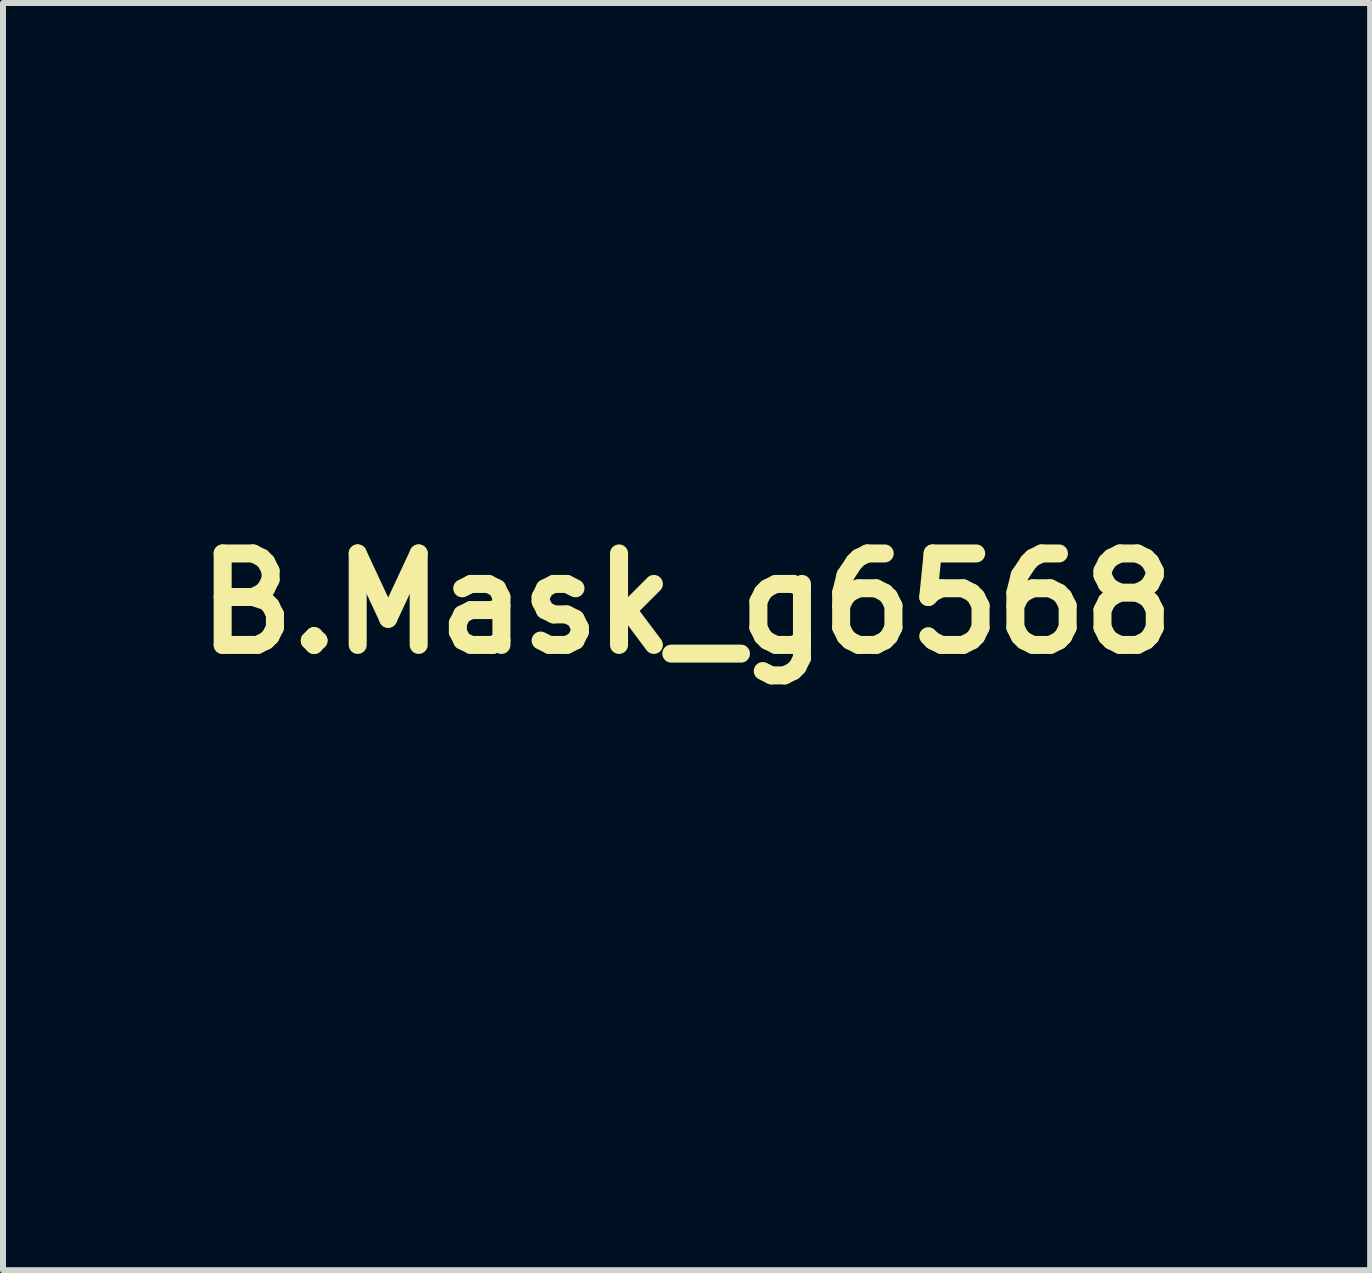
<source format=kicad_pcb>
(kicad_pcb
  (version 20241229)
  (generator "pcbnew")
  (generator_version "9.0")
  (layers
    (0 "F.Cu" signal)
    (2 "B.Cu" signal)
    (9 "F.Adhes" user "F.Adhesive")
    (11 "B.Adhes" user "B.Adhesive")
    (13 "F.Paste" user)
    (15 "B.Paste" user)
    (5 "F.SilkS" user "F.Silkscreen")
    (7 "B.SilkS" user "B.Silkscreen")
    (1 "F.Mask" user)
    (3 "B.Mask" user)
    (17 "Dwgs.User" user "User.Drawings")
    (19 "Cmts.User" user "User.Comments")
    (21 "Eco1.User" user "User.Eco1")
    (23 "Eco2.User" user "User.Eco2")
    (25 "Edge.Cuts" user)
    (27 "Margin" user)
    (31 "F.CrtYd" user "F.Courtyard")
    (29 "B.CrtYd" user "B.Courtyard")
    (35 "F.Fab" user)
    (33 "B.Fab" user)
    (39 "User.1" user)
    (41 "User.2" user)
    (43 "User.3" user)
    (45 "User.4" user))
  (footprint "B.Mask_g6568"
    (layer "F.Cu")
    (at 8.389 7.006)
    (property "Reference" "B.Mask_g6568" (at 0 0 0) (layer "F.SilkS") (effects (font (size 1.524 1.524) (thickness 0.3))))
    (attr through_hole)
    (fp_poly (pts (xy 0.545 -5.575) (xy 0.568 -5.534) (xy 0.567 -5.518) (xy 0.544 -5.479) (xy 0.498 -5.465) (xy 0.442 -5.482) (xy 0.439 -5.483) (xy 0.408 -5.52) (xy 0.407 -5.563) (xy 0.435 -5.595) (xy 0.444 -5.598) (xy 0.499 -5.6) (xy 0.545 -5.575)) (stroke (width 0.01) (type solid)) (fill yes) (layer "B.Mask"))
    (fp_poly (pts (xy 0.503 -5.394) (xy 0.546 -5.376) (xy 0.577 -5.334) (xy 0.598 -5.261) (xy 0.609 -5.154) (xy 0.613 -5.036) (xy 0.61 -4.9) (xy 0.599 -4.803) (xy 0.579 -4.74) (xy 0.548 -4.707) (xy 0.515 -4.699) (xy 0.473 -4.711) (xy 0.442 -4.752) (xy 0.433 -4.772) (xy 0.419 -4.83) (xy 0.409 -4.917) (xy 0.403 -5.021) (xy 0.402 -5.13) (xy 0.406 -5.23) (xy 0.414 -5.309) (xy 0.423 -5.345) (xy 0.449 -5.385) (xy 0.49 -5.395) (xy 0.503 -5.394)) (stroke (width 0.01) (type solid)) (fill yes) (layer "B.Mask"))
    (fp_poly (pts (xy 0.284 -5.396) (xy 0.311 -5.353) (xy 0.327 -5.28) (xy 0.336 -5.174) (xy 0.337 -5.069) (xy 0.333 -4.92) (xy 0.32 -4.81) (xy 0.299 -4.736) (xy 0.269 -4.694) (xy 0.24 -4.682) (xy 0.188 -4.692) (xy 0.152 -4.741) (xy 0.132 -4.829) (xy 0.127 -4.925) (xy 0.121 -5.04) (xy 0.104 -5.124) (xy 0.076 -5.174) (xy 0.048 -5.186) (xy 0.036 -5.179) (xy 0.028 -5.154) (xy 0.027 -5.105) (xy 0.029 -5.024) (xy 0.034 -4.953) (xy 0.039 -4.84) (xy 0.039 -4.763) (xy 0.033 -4.714) (xy 0.022 -4.689) (xy -0.02 -4.659) (xy -0.062 -4.671) (xy -0.106 -4.725) (xy -0.144 -4.811) (xy -0.172 -4.917) (xy -0.187 -5.031) (xy -0.19 -5.144) (xy -0.18 -5.244) (xy -0.157 -5.323) (xy -0.134 -5.357) (xy -0.078 -5.389) (xy -0.006 -5.402) (xy 0.062 -5.393) (xy 0.096 -5.376) (xy 0.127 -5.361) (xy 0.161 -5.379) (xy 0.168 -5.386) (xy 0.213 -5.411) (xy 0.247 -5.415) (xy 0.284 -5.396)) (stroke (width 0.01) (type solid)) (fill yes) (layer "B.Mask"))
    (fp_poly (pts (xy -0.329 -5.39) (xy -0.29 -5.355) (xy -0.26 -5.287) (xy -0.241 -5.197) (xy -0.233 -5.095) (xy -0.238 -4.991) (xy -0.255 -4.906) (xy -0.296 -4.824) (xy -0.36 -4.769) (xy -0.437 -4.743) (xy -0.519 -4.751) (xy -0.57 -4.777) (xy -0.62 -4.812) (xy -0.608 -4.723) (xy -0.592 -4.652) (xy -0.568 -4.591) (xy -0.562 -4.581) (xy -0.537 -4.55) (xy -0.506 -4.537) (xy -0.456 -4.538) (xy -0.425 -4.542) (xy -0.35 -4.546) (xy -0.31 -4.531) (xy -0.299 -4.493) (xy -0.305 -4.457) (xy -0.338 -4.409) (xy -0.402 -4.373) (xy -0.483 -4.347) (xy -0.546 -4.343) (xy -0.603 -4.359) (xy -0.683 -4.415) (xy -0.745 -4.509) (xy -0.789 -4.641) (xy -0.815 -4.809) (xy -0.819 -4.858) (xy -0.822 -5.015) (xy -0.81 -5.149) (xy -0.786 -5.255) (xy -0.75 -5.331) (xy -0.703 -5.371) (xy -0.675 -5.376) (xy -0.631 -5.357) (xy -0.604 -5.299) (xy -0.593 -5.202) (xy -0.593 -5.181) (xy -0.584 -5.085) (xy -0.558 -5.023) (xy -0.517 -4.998) (xy -0.496 -4.999) (xy -0.475 -5.008) (xy -0.46 -5.034) (xy -0.45 -5.084) (xy -0.442 -5.167) (xy -0.442 -5.172) (xy -0.426 -5.285) (xy -0.402 -5.358) (xy -0.368 -5.392) (xy -0.329 -5.39)) (stroke (width 0.01) (type solid)) (fill yes) (layer "B.Mask"))
    (fp_poly (pts (xy -1.868 -5.591) (xy -1.766 -5.574) (xy -1.698 -5.557) (xy -1.657 -5.53) (xy -1.637 -5.487) (xy -1.631 -5.419) (xy -1.63 -5.328) (xy -1.632 -5.239) (xy -1.637 -5.166) (xy -1.643 -5.118) (xy -1.647 -5.108) (xy -1.693 -5.071) (xy -1.764 -5.056) (xy -1.845 -5.065) (xy -1.904 -5.075) (xy -1.949 -5.075) (xy -1.954 -5.074) (xy -1.987 -5.041) (xy -1.997 -4.986) (xy -1.987 -4.936) (xy -1.954 -4.901) (xy -1.898 -4.889) (xy -1.831 -4.902) (xy -1.789 -4.923) (xy -1.725 -4.95) (xy -1.672 -4.944) (xy -1.639 -4.907) (xy -1.634 -4.882) (xy -1.644 -4.812) (xy -1.689 -4.754) (xy -1.758 -4.71) (xy -1.844 -4.685) (xy -1.939 -4.682) (xy -2.035 -4.704) (xy -2.047 -4.709) (xy -2.124 -4.765) (xy -2.177 -4.849) (xy -2.2 -4.954) (xy -2.201 -4.978) (xy -2.188 -5.092) (xy -2.148 -5.174) (xy -2.079 -5.225) (xy -1.979 -5.248) (xy -1.938 -5.249) (xy -1.879 -5.251) (xy -1.851 -5.261) (xy -1.842 -5.289) (xy -1.841 -5.322) (xy -1.843 -5.363) (xy -1.856 -5.387) (xy -1.889 -5.399) (xy -1.953 -5.408) (xy -1.959 -5.409) (xy -2.06 -5.431) (xy -2.125 -5.464) (xy -2.153 -5.509) (xy -2.15 -5.542) (xy -2.123 -5.581) (xy -2.07 -5.601) (xy -1.986 -5.605) (xy -1.868 -5.591)) (stroke (width 0.01) (type solid)) (fill yes) (layer "B.Mask"))
    (fp_poly (pts (xy 1.998 -5.576) (xy 2.064 -5.51) (xy 2.122 -5.41) (xy 2.172 -5.278) (xy 2.211 -5.116) (xy 2.226 -5.029) (xy 2.239 -4.893) (xy 2.234 -4.795) (xy 2.211 -4.733) (xy 2.169 -4.704) (xy 2.162 -4.703) (xy 2.102 -4.713) (xy 2.053 -4.759) (xy 2.022 -4.833) (xy 2.018 -4.851) (xy 2.001 -4.911) (xy 1.973 -4.932) (xy 1.971 -4.932) (xy 1.922 -4.938) (xy 1.892 -4.944) (xy 1.865 -4.947) (xy 1.85 -4.931) (xy 1.841 -4.887) (xy 1.837 -4.85) (xy 1.826 -4.781) (xy 1.809 -4.727) (xy 1.8 -4.71) (xy 1.752 -4.682) (xy 1.695 -4.683) (xy 1.648 -4.713) (xy 1.632 -4.757) (xy 1.623 -4.833) (xy 1.622 -4.932) (xy 1.627 -5.044) (xy 1.639 -5.16) (xy 1.643 -5.181) (xy 1.863 -5.181) (xy 1.869 -5.153) (xy 1.891 -5.144) (xy 1.916 -5.144) (xy 1.952 -5.146) (xy 1.967 -5.163) (xy 1.966 -5.204) (xy 1.962 -5.231) (xy 1.947 -5.298) (xy 1.925 -5.342) (xy 1.902 -5.355) (xy 1.892 -5.35) (xy 1.882 -5.322) (xy 1.872 -5.268) (xy 1.868 -5.24) (xy 1.863 -5.181) (xy 1.643 -5.181) (xy 1.658 -5.27) (xy 1.67 -5.323) (xy 1.7 -5.423) (xy 1.731 -5.492) (xy 1.767 -5.541) (xy 1.778 -5.551) (xy 1.854 -5.599) (xy 1.928 -5.607) (xy 1.998 -5.576)) (stroke (width 0.01) (type solid)) (fill yes) (layer "B.Mask"))
    (fp_poly (pts (xy 0.158 6.734) (xy 0.198 6.755) (xy 0.254 6.796) (xy 0.316 6.848) (xy 0.375 6.904) (xy 0.421 6.953) (xy 0.444 6.989) (xy 0.445 6.995) (xy 0.458 7.023) (xy 0.49 7.069) (xy 0.506 7.09) (xy 0.567 7.163) (xy 0.59 7.079) (xy 0.605 7.017) (xy 0.613 6.967) (xy 0.614 6.96) (xy 0.634 6.881) (xy 0.694 6.814) (xy 0.766 6.771) (xy 0.827 6.744) (xy 0.862 6.733) (xy 0.883 6.74) (xy 0.903 6.763) (xy 0.903 6.763) (xy 0.922 6.806) (xy 0.925 6.871) (xy 0.921 6.921) (xy 0.897 7.098) (xy 0.867 7.237) (xy 0.831 7.346) (xy 0.81 7.39) (xy 0.758 7.488) (xy 0.855 7.677) (xy 0.913 7.799) (xy 0.943 7.893) (xy 0.947 7.964) (xy 0.924 8.018) (xy 0.874 8.058) (xy 0.835 8.077) (xy 0.783 8.098) (xy 0.754 8.103) (xy 0.732 8.089) (xy 0.705 8.059) (xy 0.675 8.019) (xy 0.634 7.953) (xy 0.589 7.873) (xy 0.572 7.842) (xy 0.526 7.757) (xy 0.469 7.657) (xy 0.408 7.552) (xy 0.346 7.449) (xy 0.289 7.355) (xy 0.24 7.279) (xy 0.206 7.229) (xy 0.197 7.218) (xy 0.17 7.187) (xy 0.123 7.136) (xy 0.067 7.075) (xy 0.064 7.071) (xy 0.012 7.012) (xy -0.027 6.964) (xy -0.044 6.935) (xy -0.045 6.933) (xy -0.041 6.879) (xy -0.012 6.826) (xy 0.029 6.783) (xy 0.077 6.742) (xy 0.116 6.728) (xy 0.158 6.734)) (stroke (width 0.01) (type solid)) (fill yes) (layer "B.Mask"))
    (fp_poly (pts (xy -1.16 -5.585) (xy -1.065 -5.552) (xy -0.984 -5.5) (xy -0.983 -5.499) (xy -0.935 -5.45) (xy -0.914 -5.402) (xy -0.91 -5.345) (xy -0.919 -5.271) (xy -0.95 -5.216) (xy -0.966 -5.2) (xy -1.021 -5.144) (xy -0.945 -5.059) (xy -0.896 -4.997) (xy -0.873 -4.943) (xy -0.868 -4.888) (xy -0.877 -4.8) (xy -0.909 -4.738) (xy -0.973 -4.689) (xy -0.995 -4.678) (xy -1.1 -4.644) (xy -1.221 -4.638) (xy -1.339 -4.657) (xy -1.388 -4.676) (xy -1.482 -4.737) (xy -1.543 -4.816) (xy -1.569 -4.906) (xy -1.568 -4.918) (xy -1.349 -4.918) (xy -1.321 -4.867) (xy -1.268 -4.835) (xy -1.197 -4.827) (xy -1.129 -4.845) (xy -1.111 -4.856) (xy -1.084 -4.882) (xy -1.086 -4.913) (xy -1.098 -4.938) (xy -1.139 -4.989) (xy -1.179 -5.019) (xy -1.224 -5.035) (xy -1.267 -5.026) (xy -1.287 -5.015) (xy -1.339 -4.97) (xy -1.349 -4.918) (xy -1.568 -4.918) (xy -1.56 -4.999) (xy -1.514 -5.087) (xy -1.468 -5.135) (xy -1.415 -5.179) (xy -1.47 -5.26) (xy -1.515 -5.353) (xy -1.518 -5.386) (xy -1.305 -5.386) (xy -1.304 -5.344) (xy -1.273 -5.313) (xy -1.227 -5.296) (xy -1.178 -5.3) (xy -1.142 -5.324) (xy -1.128 -5.361) (xy -1.154 -5.389) (xy -1.22 -5.41) (xy -1.223 -5.41) (xy -1.274 -5.415) (xy -1.299 -5.398) (xy -1.305 -5.386) (xy -1.518 -5.386) (xy -1.522 -5.437) (xy -1.495 -5.507) (xy -1.437 -5.559) (xy -1.351 -5.591) (xy -1.243 -5.597) (xy -1.16 -5.585)) (stroke (width 0.01) (type solid)) (fill yes) (layer "B.Mask"))
    (fp_poly (pts (xy 1.388 -5.598) (xy 1.419 -5.559) (xy 1.43 -5.536) (xy 1.45 -5.475) (xy 1.46 -5.424) (xy 1.46 -5.419) (xy 1.475 -5.383) (xy 1.498 -5.376) (xy 1.556 -5.363) (xy 1.598 -5.332) (xy 1.621 -5.29) (xy 1.62 -5.25) (xy 1.593 -5.22) (xy 1.561 -5.211) (xy 1.503 -5.204) (xy 1.503 -5.006) (xy 1.5 -4.912) (xy 1.494 -4.829) (xy 1.484 -4.771) (xy 1.479 -4.755) (xy 1.43 -4.697) (xy 1.347 -4.664) (xy 1.262 -4.657) (xy 1.174 -4.667) (xy 1.122 -4.698) (xy 1.103 -4.752) (xy 1.104 -4.774) (xy 1.114 -4.815) (xy 1.139 -4.836) (xy 1.194 -4.847) (xy 1.196 -4.847) (xy 1.281 -4.858) (xy 1.287 -4.984) (xy 1.288 -5.092) (xy 1.276 -5.164) (xy 1.246 -5.205) (xy 1.195 -5.22) (xy 1.118 -5.215) (xy 1.11 -5.213) (xy 1.037 -5.201) (xy 1.037 -5.004) (xy 1.034 -4.882) (xy 1.022 -4.794) (xy 1 -4.734) (xy 0.966 -4.696) (xy 0.939 -4.68) (xy 0.873 -4.663) (xy 0.794 -4.658) (xy 0.72 -4.665) (xy 0.669 -4.684) (xy 0.64 -4.731) (xy 0.638 -4.774) (xy 0.648 -4.815) (xy 0.674 -4.836) (xy 0.728 -4.847) (xy 0.73 -4.847) (xy 0.815 -4.858) (xy 0.815 -5.193) (xy 0.742 -5.217) (xy 0.673 -5.252) (xy 0.642 -5.295) (xy 0.649 -5.337) (xy 0.693 -5.372) (xy 0.739 -5.386) (xy 0.78 -5.402) (xy 0.79 -5.434) (xy 0.788 -5.459) (xy 0.791 -5.531) (xy 0.82 -5.584) (xy 0.867 -5.609) (xy 0.877 -5.609) (xy 0.932 -5.594) (xy 0.969 -5.546) (xy 0.989 -5.464) (xy 1.001 -5.408) (xy 1.024 -5.38) (xy 1.06 -5.369) (xy 1.124 -5.367) (xy 1.184 -5.379) (xy 1.231 -5.404) (xy 1.248 -5.442) (xy 1.249 -5.464) (xy 1.261 -5.545) (xy 1.297 -5.594) (xy 1.346 -5.609) (xy 1.388 -5.598)) (stroke (width 0.01) (type solid)) (fill yes) (layer "B.Mask"))
    (fp_poly (pts (xy -0.792 6.75) (xy -0.769 6.804) (xy -0.743 6.883) (xy -0.716 6.98) (xy -0.692 7.088) (xy -0.687 7.112) (xy -0.651 7.272) (xy -0.608 7.395) (xy -0.556 7.489) (xy -0.535 7.516) (xy -0.496 7.556) (xy -0.472 7.562) (xy -0.463 7.553) (xy -0.452 7.516) (xy -0.446 7.456) (xy -0.444 7.384) (xy -0.447 7.313) (xy -0.453 7.255) (xy -0.464 7.222) (xy -0.469 7.218) (xy -0.484 7.21) (xy -0.481 7.205) (xy -0.479 7.179) (xy -0.489 7.128) (xy -0.496 7.104) (xy -0.51 7.009) (xy -0.488 6.929) (xy -0.442 6.866) (xy -0.404 6.835) (xy -0.351 6.802) (xy -0.295 6.773) (xy -0.248 6.755) (xy -0.224 6.754) (xy -0.213 6.775) (xy -0.187 6.828) (xy -0.147 6.909) (xy -0.097 7.013) (xy -0.039 7.132) (xy 0.002 7.218) (xy 0.074 7.371) (xy 0.133 7.502) (xy 0.177 7.608) (xy 0.205 7.684) (xy 0.216 7.726) (xy 0.216 7.729) (xy 0.201 7.802) (xy 0.17 7.881) (xy 0.13 7.953) (xy 0.087 8.01) (xy 0.047 8.04) (xy 0.033 8.042) (xy -0.000454 8.032) (xy -0.045 8.011) (xy -0.096 7.961) (xy -0.115 7.907) (xy -0.134 7.842) (xy -0.167 7.767) (xy -0.179 7.745) (xy -0.229 7.657) (xy -0.266 7.728) (xy -0.332 7.834) (xy -0.408 7.919) (xy -0.488 7.977) (xy -0.565 8.001) (xy -0.574 8.001) (xy -0.627 7.984) (xy -0.693 7.94) (xy -0.761 7.875) (xy -0.823 7.799) (xy -0.837 7.779) (xy -0.881 7.694) (xy -0.919 7.593) (xy -0.945 7.494) (xy -0.952 7.429) (xy -0.967 7.303) (xy -1.002 7.167) (xy -1.038 7.075) (xy -1.063 7.015) (xy -1.068 6.976) (xy -1.056 6.937) (xy -1.05 6.926) (xy -1.02 6.887) (xy -0.97 6.838) (xy -0.911 6.79) (xy -0.856 6.751) (xy -0.816 6.732) (xy -0.81 6.731) (xy -0.792 6.75)) (stroke (width 0.01) (type solid)) (fill yes) (layer "B.Mask"))
    (fp_poly (pts (xy 1.711 -6.999) (xy 1.965 -6.967) (xy 2.19 -6.905) (xy 2.388 -6.812) (xy 2.558 -6.688) (xy 2.597 -6.651) (xy 2.733 -6.492) (xy 2.836 -6.317) (xy 2.905 -6.121) (xy 2.943 -5.903) (xy 2.949 -5.658) (xy 2.941 -5.524) (xy 2.898 -5.267) (xy 2.815 -5.004) (xy 2.694 -4.741) (xy 2.537 -4.478) (xy 2.345 -4.221) (xy 2.12 -3.97) (xy 1.864 -3.729) (xy 1.767 -3.647) (xy 1.641 -3.551) (xy 1.49 -3.445) (xy 1.326 -3.338) (xy 1.162 -3.238) (xy 1.01 -3.153) (xy 0.945 -3.119) (xy 0.828 -3.064) (xy 0.745 -3.027) (xy 0.692 -3.01) (xy 0.664 -3.01) (xy 0.66 -3.026) (xy 0.661 -3.031) (xy 0.68 -3.052) (xy 0.728 -3.092) (xy 0.798 -3.147) (xy 0.885 -3.213) (xy 0.947 -3.259) (xy 1.269 -3.507) (xy 1.55 -3.754) (xy 1.791 -4) (xy 1.994 -4.247) (xy 2.16 -4.496) (xy 2.289 -4.749) (xy 2.354 -4.913) (xy 2.384 -5.003) (xy 2.404 -5.076) (xy 2.415 -5.146) (xy 2.421 -5.226) (xy 2.422 -5.331) (xy 2.422 -5.366) (xy 2.42 -5.481) (xy 2.416 -5.566) (xy 2.406 -5.633) (xy 2.389 -5.695) (xy 2.364 -5.764) (xy 2.364 -5.765) (xy 2.261 -5.971) (xy 2.125 -6.154) (xy 1.958 -6.31) (xy 1.766 -6.434) (xy 1.725 -6.455) (xy 1.532 -6.533) (xy 1.347 -6.574) (xy 1.159 -6.581) (xy 0.956 -6.554) (xy 0.942 -6.551) (xy 0.724 -6.484) (xy 0.508 -6.377) (xy 0.297 -6.231) (xy 0.094 -6.048) (xy 0.027 -5.977) (xy -0.039 -5.907) (xy -0.096 -5.849) (xy -0.136 -5.812) (xy -0.153 -5.8) (xy -0.166 -5.815) (xy -0.155 -5.857) (xy -0.124 -5.92) (xy -0.075 -5.999) (xy -0.012 -6.089) (xy 0.061 -6.185) (xy 0.141 -6.281) (xy 0.211 -6.358) (xy 0.435 -6.567) (xy 0.667 -6.736) (xy 0.908 -6.863) (xy 1.159 -6.949) (xy 1.419 -6.995) (xy 1.691 -7.001) (xy 1.711 -6.999)) (stroke (width 0.01) (type solid)) (fill yes) (layer "B.Mask"))
    (fp_poly (pts (xy -4.293 6.844) (xy -4.208 6.925) (xy -4.131 6.963) (xy -4.099 6.973) (xy -4.072 6.986) (xy -4.047 7.009) (xy -4.02 7.045) (xy -3.989 7.1) (xy -3.949 7.179) (xy -3.898 7.288) (xy -3.842 7.408) (xy -3.775 7.553) (xy -3.725 7.664) (xy -3.69 7.747) (xy -3.668 7.808) (xy -3.656 7.852) (xy -3.654 7.883) (xy -3.66 7.907) (xy -3.668 7.923) (xy -3.715 7.995) (xy -3.76 8.033) (xy -3.808 8.043) (xy -3.883 8.023) (xy -3.941 7.965) (xy -3.979 7.876) (xy -4.003 7.805) (xy -4.03 7.744) (xy -4.038 7.73) (xy -4.072 7.678) (xy -4.111 7.726) (xy -4.137 7.752) (xy -4.168 7.765) (xy -4.218 7.767) (xy -4.281 7.763) (xy -4.357 7.754) (xy -4.42 7.744) (xy -4.45 7.736) (xy -4.48 7.734) (xy -4.487 7.764) (xy -4.468 7.804) (xy -4.42 7.83) (xy -4.353 7.853) (xy -4.399 7.902) (xy -4.432 7.946) (xy -4.445 7.983) (xy -4.461 8.01) (xy -4.499 8.04) (xy -4.539 8.061) (xy -4.557 8.064) (xy -4.577 8.056) (xy -4.621 8.037) (xy -4.626 8.035) (xy -4.682 8) (xy -4.739 7.948) (xy -4.749 7.937) (xy -4.785 7.887) (xy -4.8 7.837) (xy -4.801 7.768) (xy -4.801 7.76) (xy -4.799 7.693) (xy -4.811 7.65) (xy -4.842 7.61) (xy -4.874 7.581) (xy -4.919 7.537) (xy -4.948 7.505) (xy -4.953 7.496) (xy -4.935 7.473) (xy -4.893 7.443) (xy -4.873 7.431) (xy -4.395 7.431) (xy -4.382 7.451) (xy -4.378 7.453) (xy -4.342 7.465) (xy -4.29 7.47) (xy -4.238 7.47) (xy -4.2 7.464) (xy -4.192 7.456) (xy -4.203 7.432) (xy -4.234 7.385) (xy -4.27 7.334) (xy -4.348 7.228) (xy -4.377 7.332) (xy -4.393 7.396) (xy -4.395 7.431) (xy -4.873 7.431) (xy -4.84 7.412) (xy -4.79 7.39) (xy -4.759 7.384) (xy -4.736 7.378) (xy -4.715 7.351) (xy -4.695 7.296) (xy -4.675 7.211) (xy -4.652 7.089) (xy -4.645 7.048) (xy -4.629 6.961) (xy -4.615 6.889) (xy -4.605 6.844) (xy -4.601 6.833) (xy -4.578 6.819) (xy -4.527 6.798) (xy -4.484 6.783) (xy -4.376 6.747) (xy -4.293 6.844)) (stroke (width 0.01) (type solid)) (fill yes) (layer "B.Mask"))
    (fp_poly (pts (xy 1.201 6.758) (xy 1.287 6.769) (xy 1.31 6.772) (xy 1.442 6.792) (xy 1.576 6.818) (xy 1.704 6.847) (xy 1.817 6.879) (xy 1.907 6.909) (xy 1.964 6.937) (xy 1.968 6.94) (xy 2.002 6.975) (xy 2.014 7.021) (xy 2.007 7.087) (xy 1.979 7.182) (xy 1.976 7.191) (xy 1.963 7.234) (xy 1.959 7.269) (xy 1.966 7.308) (xy 1.987 7.36) (xy 2.025 7.437) (xy 2.034 7.455) (xy 2.076 7.54) (xy 2.101 7.602) (xy 2.113 7.654) (xy 2.114 7.708) (xy 2.111 7.762) (xy 2.09 7.885) (xy 2.049 7.97) (xy 1.988 8.019) (xy 1.983 8.02) (xy 1.935 8.034) (xy 1.87 8.046) (xy 1.803 8.056) (xy 1.746 8.06) (xy 1.716 8.058) (xy 1.714 8.057) (xy 1.69 8.051) (xy 1.634 8.044) (xy 1.558 8.037) (xy 1.545 8.036) (xy 1.403 8.019) (xy 1.28 7.988) (xy 1.183 7.947) (xy 1.121 7.898) (xy 1.116 7.892) (xy 1.088 7.834) (xy 1.098 7.779) (xy 1.148 7.723) (xy 1.164 7.71) (xy 1.194 7.687) (xy 1.222 7.675) (xy 1.258 7.672) (xy 1.313 7.678) (xy 1.398 7.692) (xy 1.409 7.694) (xy 1.533 7.712) (xy 1.64 7.723) (xy 1.724 7.725) (xy 1.779 7.718) (xy 1.799 7.703) (xy 1.799 7.703) (xy 1.789 7.67) (xy 1.765 7.621) (xy 1.763 7.618) (xy 1.742 7.587) (xy 1.718 7.568) (xy 1.68 7.559) (xy 1.616 7.556) (xy 1.567 7.556) (xy 1.416 7.543) (xy 1.296 7.505) (xy 1.207 7.443) (xy 1.201 7.436) (xy 1.18 7.395) (xy 1.177 7.353) (xy 1.193 7.326) (xy 1.204 7.324) (xy 1.227 7.311) (xy 1.266 7.278) (xy 1.277 7.269) (xy 1.311 7.24) (xy 1.345 7.225) (xy 1.39 7.221) (xy 1.461 7.226) (xy 1.48 7.228) (xy 1.568 7.234) (xy 1.62 7.23) (xy 1.641 7.217) (xy 1.641 7.187) (xy 1.607 7.165) (xy 1.546 7.155) (xy 1.539 7.155) (xy 1.474 7.144) (xy 1.422 7.125) (xy 1.365 7.103) (xy 1.291 7.084) (xy 1.27 7.08) (xy 1.165 7.057) (xy 1.077 7.024) (xy 1.016 6.987) (xy 0.994 6.963) (xy 0.978 6.914) (xy 0.975 6.868) (xy 0.987 6.84) (xy 0.995 6.837) (xy 1.024 6.823) (xy 1.062 6.791) (xy 1.085 6.77) (xy 1.109 6.759) (xy 1.145 6.755) (xy 1.201 6.758)) (stroke (width 0.01) (type solid)) (fill yes) (layer "B.Mask"))
    (fp_poly (pts (xy -1.746 -6.883) (xy -1.505 -6.832) (xy -1.269 -6.746) (xy -1.042 -6.626) (xy -0.828 -6.474) (xy -0.631 -6.293) (xy -0.468 -6.099) (xy -0.408 -6.013) (xy -0.347 -5.917) (xy -0.29 -5.82) (xy -0.242 -5.731) (xy -0.207 -5.659) (xy -0.191 -5.61) (xy -0.191 -5.604) (xy -0.196 -5.575) (xy -0.214 -5.572) (xy -0.249 -5.599) (xy -0.302 -5.657) (xy -0.357 -5.722) (xy -0.554 -5.938) (xy -0.764 -6.12) (xy -0.983 -6.266) (xy -1.209 -6.375) (xy -1.438 -6.446) (xy -1.669 -6.476) (xy -1.721 -6.477) (xy -1.927 -6.459) (xy -2.113 -6.406) (xy -2.276 -6.319) (xy -2.414 -6.198) (xy -2.494 -6.096) (xy -2.581 -5.95) (xy -2.637 -5.815) (xy -2.668 -5.676) (xy -2.676 -5.545) (xy -2.675 -5.451) (xy -2.669 -5.383) (xy -2.652 -5.321) (xy -2.621 -5.25) (xy -2.598 -5.204) (xy -2.536 -5.094) (xy -2.454 -4.984) (xy -2.352 -4.873) (xy -2.227 -4.758) (xy -2.077 -4.638) (xy -1.899 -4.511) (xy -1.692 -4.377) (xy -1.453 -4.232) (xy -1.18 -4.075) (xy -0.87 -3.906) (xy -0.73 -3.831) (xy -0.591 -3.756) (xy -0.457 -3.684) (xy -0.335 -3.618) (xy -0.232 -3.561) (xy -0.154 -3.518) (xy -0.116 -3.497) (xy 0.115 -3.351) (xy 0.332 -3.198) (xy 0.529 -3.04) (xy 0.702 -2.883) (xy 0.845 -2.731) (xy 0.953 -2.589) (xy 1.046 -2.417) (xy 1.102 -2.245) (xy 1.12 -2.078) (xy 1.102 -1.92) (xy 1.05 -1.775) (xy 0.962 -1.646) (xy 0.841 -1.537) (xy 0.725 -1.469) (xy 0.657 -1.443) (xy 0.579 -1.421) (xy 0.5 -1.406) (xy 0.43 -1.397) (xy 0.38 -1.398) (xy 0.36 -1.409) (xy 0.36 -1.41) (xy 0.378 -1.426) (xy 0.427 -1.451) (xy 0.496 -1.481) (xy 0.513 -1.487) (xy 0.66 -1.554) (xy 0.77 -1.633) (xy 0.847 -1.729) (xy 0.866 -1.763) (xy 0.904 -1.889) (xy 0.908 -2.03) (xy 0.881 -2.182) (xy 0.824 -2.338) (xy 0.74 -2.492) (xy 0.63 -2.637) (xy 0.546 -2.724) (xy 0.471 -2.79) (xy 0.387 -2.856) (xy 0.292 -2.922) (xy 0.182 -2.991) (xy 0.053 -3.064) (xy -0.097 -3.143) (xy -0.272 -3.231) (xy -0.475 -3.328) (xy -0.71 -3.437) (xy -0.98 -3.559) (xy -1.069 -3.598) (xy -1.394 -3.746) (xy -1.682 -3.882) (xy -1.935 -4.008) (xy -2.157 -4.126) (xy -2.351 -4.238) (xy -2.52 -4.346) (xy -2.667 -4.45) (xy -2.794 -4.554) (xy -2.894 -4.646) (xy -3.042 -4.815) (xy -3.151 -4.99) (xy -3.222 -5.173) (xy -3.24 -5.247) (xy -3.251 -5.331) (xy -3.256 -5.442) (xy -3.255 -5.569) (xy -3.249 -5.7) (xy -3.239 -5.823) (xy -3.226 -5.926) (xy -3.211 -5.99) (xy -3.117 -6.216) (xy -2.995 -6.411) (xy -2.846 -6.573) (xy -2.669 -6.704) (xy -2.465 -6.802) (xy -2.232 -6.868) (xy -2.223 -6.87) (xy -1.987 -6.896) (xy -1.746 -6.883)) (stroke (width 0.01) (type solid)) (fill yes) (layer "B.Mask"))
    (fp_poly (pts (xy 2.736 6.469) (xy 2.759 6.476) (xy 2.828 6.515) (xy 2.915 6.592) (xy 3.019 6.708) (xy 3.078 6.78) (xy 3.125 6.836) (xy 3.16 6.865) (xy 3.192 6.872) (xy 3.219 6.868) (xy 3.267 6.865) (xy 3.293 6.887) (xy 3.301 6.904) (xy 3.315 6.946) (xy 3.335 7.019) (xy 3.357 7.111) (xy 3.38 7.21) (xy 3.401 7.307) (xy 3.417 7.389) (xy 3.423 7.424) (xy 3.436 7.467) (xy 3.453 7.493) (xy 3.467 7.493) (xy 3.471 7.472) (xy 3.489 7.439) (xy 3.536 7.392) (xy 3.607 7.334) (xy 3.694 7.273) (xy 3.79 7.212) (xy 3.826 7.191) (xy 3.905 7.148) (xy 3.97 7.114) (xy 4.014 7.094) (xy 4.025 7.091) (xy 4.063 7.104) (xy 4.116 7.138) (xy 4.169 7.181) (xy 4.208 7.221) (xy 4.219 7.24) (xy 4.219 7.273) (xy 4.21 7.281) (xy 4.195 7.299) (xy 4.191 7.332) (xy 4.178 7.383) (xy 4.158 7.409) (xy 4.136 7.444) (xy 4.136 7.465) (xy 4.132 7.49) (xy 4.122 7.494) (xy 4.104 7.499) (xy 4.124 7.511) (xy 4.175 7.529) (xy 4.253 7.551) (xy 4.353 7.575) (xy 4.372 7.579) (xy 4.512 7.607) (xy 4.639 7.627) (xy 4.745 7.638) (xy 4.824 7.639) (xy 4.861 7.632) (xy 4.881 7.619) (xy 4.877 7.596) (xy 4.857 7.562) (xy 4.716 7.38) (xy 4.537 7.211) (xy 4.323 7.055) (xy 4.129 6.943) (xy 3.905 6.826) (xy 3.9 6.742) (xy 3.898 6.686) (xy 3.908 6.647) (xy 3.935 6.612) (xy 3.987 6.573) (xy 4.028 6.545) (xy 4.1 6.5) (xy 4.152 6.481) (xy 4.196 6.486) (xy 4.244 6.513) (xy 4.25 6.518) (xy 4.292 6.545) (xy 4.359 6.588) (xy 4.442 6.64) (xy 4.506 6.679) (xy 4.644 6.773) (xy 4.782 6.885) (xy 4.912 7.006) (xy 5.027 7.129) (xy 5.118 7.246) (xy 5.163 7.32) (xy 5.199 7.392) (xy 5.218 7.444) (xy 5.223 7.494) (xy 5.217 7.558) (xy 5.211 7.601) (xy 5.176 7.752) (xy 5.121 7.868) (xy 5.042 7.949) (xy 4.937 8) (xy 4.803 8.023) (xy 4.737 8.024) (xy 4.655 8.022) (xy 4.591 8.018) (xy 4.554 8.013) (xy 4.551 8.012) (xy 4.522 8.003) (xy 4.465 7.991) (xy 4.41 7.982) (xy 4.324 7.965) (xy 4.214 7.939) (xy 4.09 7.905) (xy 3.965 7.868) (xy 3.847 7.83) (xy 3.749 7.796) (xy 3.68 7.767) (xy 3.678 7.766) (xy 3.605 7.72) (xy 3.533 7.661) (xy 3.516 7.644) (xy 3.474 7.603) (xy 3.456 7.596) (xy 3.457 7.61) (xy 3.469 7.682) (xy 3.471 7.772) (xy 3.462 7.858) (xy 3.457 7.885) (xy 3.429 7.964) (xy 3.396 8.009) (xy 3.347 8.028) (xy 3.312 8.031) (xy 3.238 8.015) (xy 3.183 7.968) (xy 3.142 7.883) (xy 3.132 7.85) (xy 3.109 7.766) (xy 3.044 7.821) (xy 2.966 7.878) (xy 2.869 7.93) (xy 2.744 7.983) (xy 2.626 8.026) (xy 2.477 8.072) (xy 2.353 8.096) (xy 2.257 8.099) (xy 2.21 8.087) (xy 2.162 8.05) (xy 2.138 7.985) (xy 2.134 7.911) (xy 2.138 7.851) (xy 2.152 7.808) (xy 2.182 7.777) (xy 2.235 7.753) (xy 2.318 7.73) (xy 2.404 7.711) (xy 2.518 7.682) (xy 2.622 7.649) (xy 2.711 7.613) (xy 2.777 7.579) (xy 2.812 7.549) (xy 2.815 7.538) (xy 2.797 7.524) (xy 2.749 7.503) (xy 2.693 7.484) (xy 2.526 7.421) (xy 2.399 7.35) (xy 2.312 7.27) (xy 2.264 7.18) (xy 2.253 7.078) (xy 2.261 7.032) (xy 2.635 7.032) (xy 2.636 7.061) (xy 2.662 7.086) (xy 2.719 7.114) (xy 2.797 7.144) (xy 2.877 7.174) (xy 2.925 7.189) (xy 2.949 7.191) (xy 2.954 7.18) (xy 2.949 7.157) (xy 2.949 7.157) (xy 2.93 7.121) (xy 2.891 7.067) (xy 2.849 7.016) (xy 2.789 6.954) (xy 2.743 6.929) (xy 2.703 6.938) (xy 2.664 6.982) (xy 2.655 6.996) (xy 2.635 7.032) (xy 2.261 7.032) (xy 2.266 7.003) (xy 2.332 6.825) (xy 2.428 6.675) (xy 2.557 6.548) (xy 2.599 6.517) (xy 2.656 6.48) (xy 2.696 6.465) (xy 2.736 6.469)) (stroke (width 0.01) (type solid)) (fill yes) (layer "B.Mask"))
    (fp_poly (pts (xy -3.085 6.749) (xy -3.073 6.758) (xy -3.04 6.782) (xy -2.981 6.822) (xy -2.905 6.871) (xy -2.847 6.907) (xy -2.696 7.01) (xy -2.556 7.125) (xy -2.437 7.242) (xy -2.347 7.353) (xy -2.338 7.367) (xy -2.303 7.421) (xy -2.278 7.459) (xy -2.271 7.47) (xy -2.25 7.468) (xy -2.21 7.449) (xy -2.165 7.422) (xy -2.145 7.408) (xy -1.7 7.408) (xy -1.691 7.448) (xy -1.655 7.466) (xy -1.586 7.471) (xy -1.57 7.472) (xy -1.479 7.472) (xy -1.56 7.356) (xy -1.602 7.297) (xy -1.636 7.255) (xy -1.653 7.239) (xy -1.664 7.258) (xy -1.679 7.305) (xy -1.688 7.339) (xy -1.7 7.408) (xy -2.145 7.408) (xy -2.129 7.396) (xy -2.117 7.381) (xy -2.1 7.372) (xy -2.074 7.377) (xy -2.05 7.38) (xy -2.03 7.368) (xy -2.013 7.336) (xy -1.996 7.277) (xy -1.977 7.187) (xy -1.96 7.091) (xy -1.94 6.98) (xy -1.924 6.904) (xy -1.908 6.854) (xy -1.887 6.824) (xy -1.858 6.805) (xy -1.815 6.791) (xy -1.784 6.782) (xy -1.717 6.763) (xy -1.679 6.758) (xy -1.659 6.766) (xy -1.644 6.787) (xy -1.6 6.848) (xy -1.542 6.905) (xy -1.483 6.947) (xy -1.435 6.964) (xy -1.433 6.964) (xy -1.385 6.974) (xy -1.36 6.99) (xy -1.337 7.028) (xy -1.3 7.097) (xy -1.254 7.189) (xy -1.202 7.296) (xy -1.147 7.41) (xy -1.095 7.524) (xy -1.047 7.63) (xy -1.008 7.719) (xy -0.982 7.784) (xy -0.975 7.807) (xy -0.968 7.89) (xy -0.992 7.963) (xy -1.041 8.017) (xy -1.109 8.041) (xy -1.122 8.042) (xy -1.193 8.022) (xy -1.25 7.964) (xy -1.289 7.872) (xy -1.314 7.799) (xy -1.343 7.734) (xy -1.353 7.718) (xy -1.39 7.662) (xy -1.415 7.717) (xy -1.432 7.748) (xy -1.454 7.763) (xy -1.493 7.767) (xy -1.561 7.763) (xy -1.572 7.762) (xy -1.651 7.754) (xy -1.719 7.743) (xy -1.754 7.735) (xy -1.79 7.729) (xy -1.798 7.747) (xy -1.796 7.76) (xy -1.772 7.797) (xy -1.73 7.828) (xy -1.671 7.856) (xy -1.714 7.91) (xy -1.74 7.952) (xy -1.746 7.98) (xy -1.745 7.981) (xy -1.754 8.002) (xy -1.791 8.028) (xy -1.797 8.032) (xy -1.841 8.054) (xy -1.868 8.061) (xy -1.897 8.053) (xy -1.946 8.028) (xy -1.947 8.027) (xy -2.036 7.962) (xy -2.093 7.875) (xy -2.113 7.773) (xy -2.112 7.747) (xy -2.11 7.684) (xy -2.124 7.643) (xy -2.162 7.602) (xy -2.177 7.589) (xy -2.22 7.554) (xy -2.238 7.546) (xy -2.238 7.563) (xy -2.236 7.569) (xy -2.234 7.619) (xy -2.245 7.693) (xy -2.268 7.777) (xy -2.296 7.856) (xy -2.327 7.915) (xy -2.328 7.916) (xy -2.376 7.964) (xy -2.438 8.007) (xy -2.449 8.012) (xy -2.489 8.029) (xy -2.528 8.038) (xy -2.577 8.04) (xy -2.647 8.035) (xy -2.748 8.024) (xy -2.751 8.024) (xy -2.861 8.007) (xy -2.989 7.981) (xy -3.125 7.949) (xy -3.26 7.914) (xy -3.382 7.878) (xy -3.482 7.843) (xy -3.541 7.818) (xy -3.623 7.762) (xy -3.679 7.695) (xy -3.704 7.626) (xy -3.704 7.617) (xy -3.684 7.552) (xy -3.626 7.484) (xy -3.533 7.414) (xy -3.461 7.373) (xy -3.389 7.334) (xy -3.324 7.295) (xy -3.297 7.277) (xy -3.258 7.252) (xy -3.229 7.249) (xy -3.193 7.268) (xy -3.17 7.284) (xy -3.121 7.321) (xy -3.089 7.35) (xy -3.085 7.354) (xy -3.071 7.389) (xy -3.073 7.416) (xy -3.089 7.42) (xy -3.09 7.419) (xy -3.103 7.422) (xy -3.1 7.435) (xy -3.1 7.472) (xy -3.116 7.527) (xy -3.12 7.539) (xy -3.152 7.614) (xy -2.999 7.651) (xy -2.899 7.672) (xy -2.796 7.688) (xy -2.698 7.698) (xy -2.614 7.703) (xy -2.552 7.7) (xy -2.521 7.69) (xy -2.519 7.685) (xy -2.533 7.661) (xy -2.572 7.615) (xy -2.631 7.551) (xy -2.676 7.504) (xy -2.265 7.504) (xy -2.254 7.514) (xy -2.244 7.504) (xy -2.254 7.493) (xy -2.265 7.504) (xy -2.676 7.504) (xy -2.703 7.476) (xy -2.725 7.453) (xy -2.824 7.358) (xy -2.906 7.286) (xy -2.984 7.228) (xy -3.07 7.176) (xy -3.133 7.142) (xy -3.222 7.095) (xy -3.281 7.06) (xy -3.315 7.033) (xy -3.333 7.007) (xy -3.34 6.976) (xy -3.34 6.968) (xy -3.34 6.914) (xy -3.322 6.872) (xy -3.279 6.831) (xy -3.205 6.784) (xy -3.203 6.783) (xy -3.145 6.751) (xy -3.11 6.741) (xy -3.085 6.749)) (stroke (width 0.01) (type solid)) (fill yes) (layer "B.Mask")))
  (gr_rect
    (start -3 -3)
    (end 19.779 18.114)
    (stroke (width 0.1) (type default))
    (fill no)
    (layer "Edge.Cuts")))
</source>
